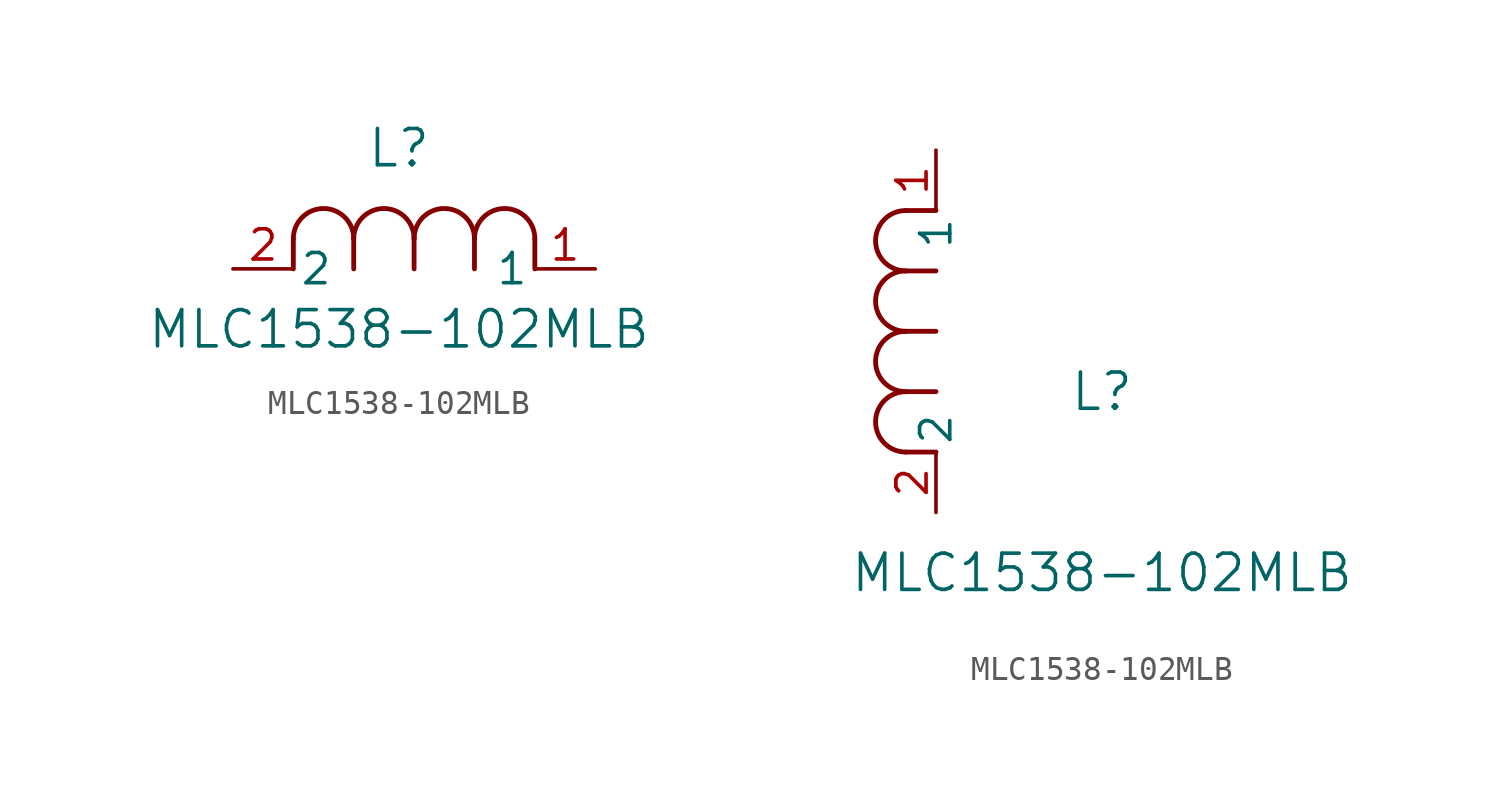
<source format=kicad_sym>
(kicad_symbol_lib
  (version 20211014)
  (generator kicad_symbol_editor)
  (symbol "MLC1538-102MLB"
    (pin_names
      (offset 0.254))
    (property "Reference" "L"
      (at 6.985 5.08 0)
      (effects (font (size 1.524 1.524))))
    (property "Value" "MLC1538-102MLB"
      (at 6.985 -2.54 0)
      (effects (font (size 1.524 1.524))))
    (symbol "MLC1538-102MLB_1_1"
      (arc (start 7.62 1.27) (mid 6.35 2.54) (end 5.08 1.27) (stroke (width 0.2032) (type default) (color 0 0 0 0)) (fill (type none)))
      (polyline (pts (xy 5.08 0) (xy 5.08 1.27)) (stroke (width 0.203) (type default) (color 0 0 0 0)) (fill (type none)))
      (polyline (pts (xy 7.62 0) (xy 7.62 1.27)) (stroke (width 0.203) (type default) (color 0 0 0 0)) (fill (type none)))
      (polyline (pts (xy 12.7 0) (xy 12.7 1.27)) (stroke (width 0.203) (type default) (color 0 0 0 0)) (fill (type none)))
      (arc (start 5.08 1.27) (mid 3.81 2.54) (end 2.54 1.27) (stroke (width 0.2032) (type default) (color 0 0 0 0)) (fill (type none)))
      (arc (start 10.16 1.27) (mid 8.89 2.54) (end 7.62 1.27) (stroke (width 0.2032) (type default) (color 0 0 0 0)) (fill (type none)))
      (arc (start 12.7 1.27) (mid 11.43 2.54) (end 10.16 1.27) (stroke (width 0.2032) (type default) (color 0 0 0 0)) (fill (type none)))
      (polyline (pts (xy 2.54 0) (xy 2.54 1.27)) (stroke (width 0.203) (type default) (color 0 0 0 0)) (fill (type none)))
      (polyline (pts (xy 10.16 0) (xy 10.16 1.27)) (stroke (width 0.203) (type default) (color 0 0 0 0)) (fill (type none)))
      (pin unspecified line (at 0 0 0) (length 2.54) (name "2" (effects (font (size 1.27 1.27)))) (number "2" (effects (font (size 1.27 1.27)))))
      (pin unspecified line (at 15.24 0 180) (length 2.54) (name "1" (effects (font (size 1.27 1.27)))) (number "1" (effects (font (size 1.27 1.27))))))
    (symbol "MLC1538-102MLB_1_2"
      (arc (start -1.27 7.62) (mid -2.54 6.35) (end -1.27 5.08) (stroke (width 0.2032) (type default) (color 0 0 0 0)) (fill (type none)))
      (arc (start -1.27 5.08) (mid -2.54 3.81) (end -1.27 2.54) (stroke (width 0.2032) (type default) (color 0 0 0 0)) (fill (type none)))
      (arc (start -1.27 12.7) (mid -2.54 11.43) (end -1.27 10.16) (stroke (width 0.2032) (type default) (color 0 0 0 0)) (fill (type none)))
      (arc (start -1.27 10.16) (mid -2.54 8.89) (end -1.27 7.62) (stroke (width 0.2032) (type default) (color 0 0 0 0)) (fill (type none)))
      (polyline (pts (xy 0 7.62) (xy -1.27 7.62)) (stroke (width 0.203) (type default) (color 0 0 0 0)) (fill (type none)))
      (polyline (pts (xy 0 5.08) (xy -1.27 5.08)) (stroke (width 0.203) (type default) (color 0 0 0 0)) (fill (type none)))
      (polyline (pts (xy 0 12.7) (xy -1.27 12.7)) (stroke (width 0.203) (type default) (color 0 0 0 0)) (fill (type none)))
      (polyline (pts (xy 0 2.54) (xy -1.27 2.54)) (stroke (width 0.203) (type default) (color 0 0 0 0)) (fill (type none)))
      (polyline (pts (xy 0 10.16) (xy -1.27 10.16)) (stroke (width 0.203) (type default) (color 0 0 0 0)) (fill (type none)))
      (pin unspecified line (at 0 0 90) (length 2.54) (name "2" (effects (font (size 1.27 1.27)))) (number "2" (effects (font (size 1.27 1.27)))))
      (pin unspecified line (at 0 15.24 270) (length 2.54) (name "1" (effects (font (size 1.27 1.27)))) (number "1" (effects (font (size 1.27 1.27))))))))
</source>
